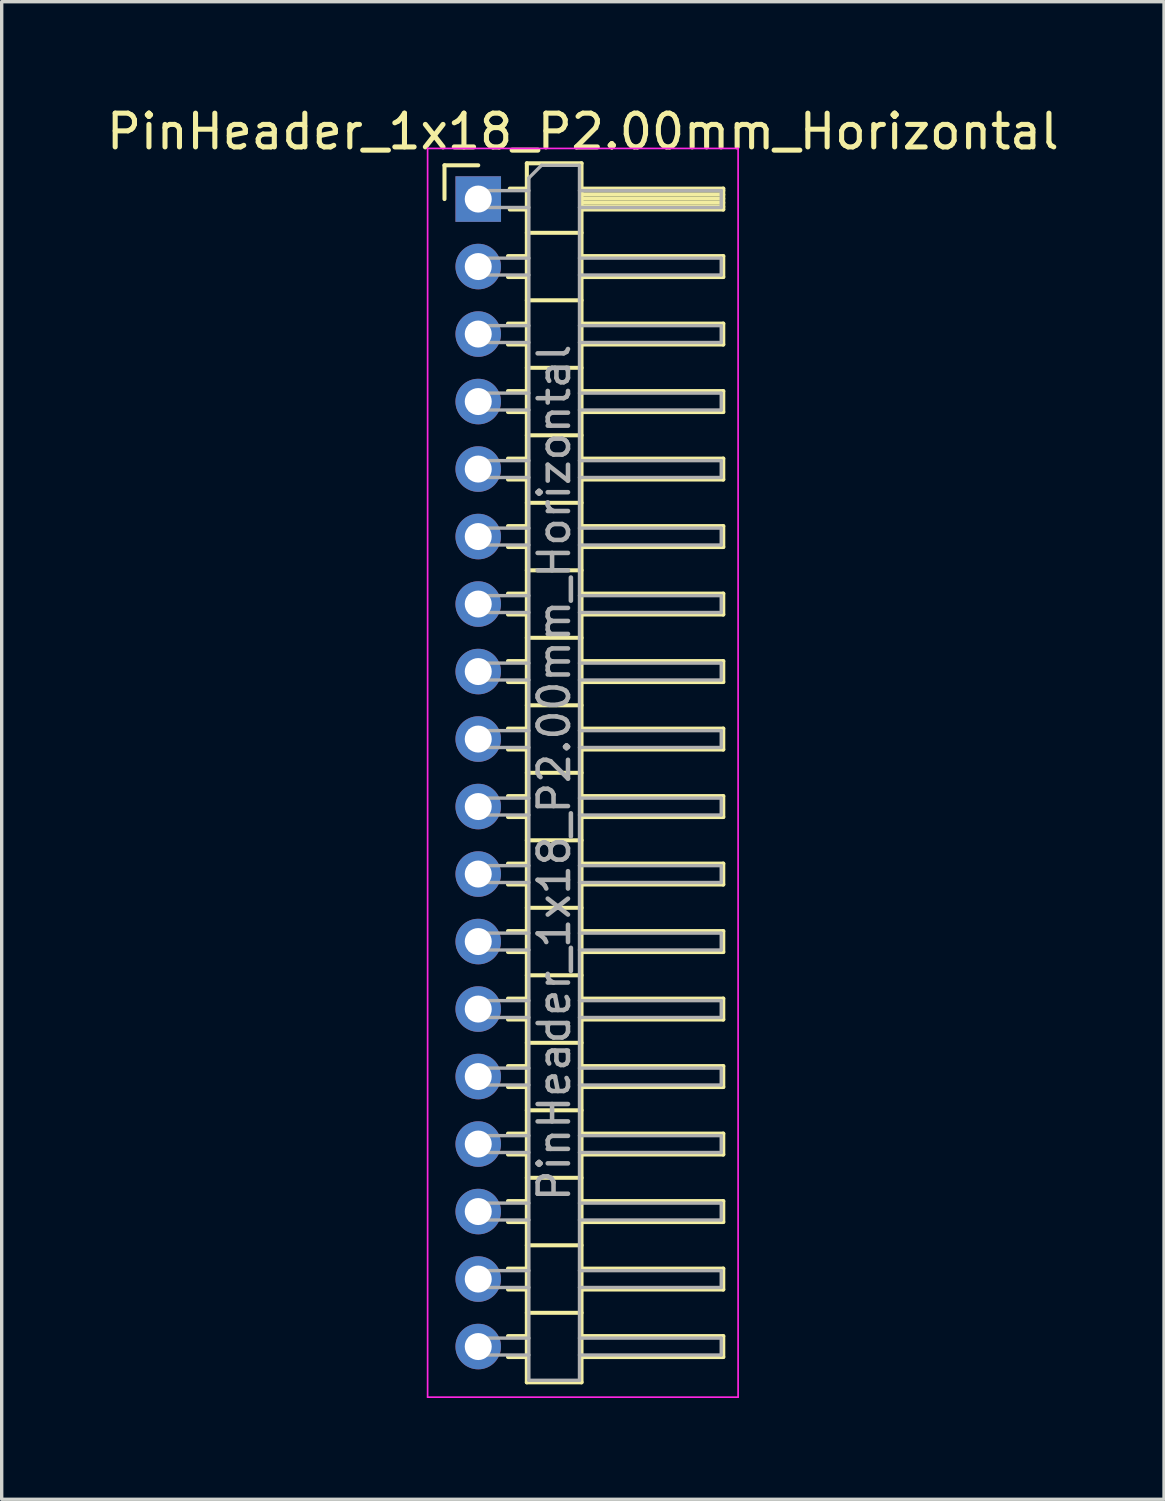
<source format=kicad_pcb>
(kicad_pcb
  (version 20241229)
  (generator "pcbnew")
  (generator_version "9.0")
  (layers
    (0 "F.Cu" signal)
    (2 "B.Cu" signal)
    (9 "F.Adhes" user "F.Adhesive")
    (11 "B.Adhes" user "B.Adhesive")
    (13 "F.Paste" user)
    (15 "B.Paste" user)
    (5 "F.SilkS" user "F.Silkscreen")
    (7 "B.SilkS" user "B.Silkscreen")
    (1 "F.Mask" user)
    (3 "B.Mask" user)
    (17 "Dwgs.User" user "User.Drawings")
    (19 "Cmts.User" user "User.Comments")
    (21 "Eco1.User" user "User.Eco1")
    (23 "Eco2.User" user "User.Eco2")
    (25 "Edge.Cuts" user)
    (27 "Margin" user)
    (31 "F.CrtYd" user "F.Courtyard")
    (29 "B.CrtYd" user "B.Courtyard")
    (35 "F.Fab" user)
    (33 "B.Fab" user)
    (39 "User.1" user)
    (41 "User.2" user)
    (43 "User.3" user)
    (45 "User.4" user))
  (footprint "PinHeader_1x18_P2.00mm_Horizontal"
    (layer "F.Cu")
    (at 11.12 2.848)
    (property "Reference" "PinHeader_1x18_P2.00mm_Horizontal" (at 3.1 -2 0) (layer "F.SilkS") (effects (font (size 1 1) (thickness 0.15))))
    (attr through_hole)
    (fp_line (start -1 -1) (end 0 -1) (stroke (width 0.12) (type solid)) (layer "F.SilkS"))
    (fp_line (start -1 0) (end -1 -1) (stroke (width 0.12) (type solid)) (layer "F.SilkS"))
    (fp_line (start 0.882 1.69) (end 1.44 1.69) (stroke (width 0.12) (type solid)) (layer "F.SilkS"))
    (fp_line (start 0.882 2.31) (end 1.44 2.31) (stroke (width 0.12) (type solid)) (layer "F.SilkS"))
    (fp_line (start 0.882 3.69) (end 1.44 3.69) (stroke (width 0.12) (type solid)) (layer "F.SilkS"))
    (fp_line (start 0.882 4.31) (end 1.44 4.31) (stroke (width 0.12) (type solid)) (layer "F.SilkS"))
    (fp_line (start 0.882 5.69) (end 1.44 5.69) (stroke (width 0.12) (type solid)) (layer "F.SilkS"))
    (fp_line (start 0.882 6.31) (end 1.44 6.31) (stroke (width 0.12) (type solid)) (layer "F.SilkS"))
    (fp_line (start 0.882 7.69) (end 1.44 7.69) (stroke (width 0.12) (type solid)) (layer "F.SilkS"))
    (fp_line (start 0.882 8.31) (end 1.44 8.31) (stroke (width 0.12) (type solid)) (layer "F.SilkS"))
    (fp_line (start 0.882 9.69) (end 1.44 9.69) (stroke (width 0.12) (type solid)) (layer "F.SilkS"))
    (fp_line (start 0.882 10.31) (end 1.44 10.31) (stroke (width 0.12) (type solid)) (layer "F.SilkS"))
    (fp_line (start 0.882 11.69) (end 1.44 11.69) (stroke (width 0.12) (type solid)) (layer "F.SilkS"))
    (fp_line (start 0.882 12.31) (end 1.44 12.31) (stroke (width 0.12) (type solid)) (layer "F.SilkS"))
    (fp_line (start 0.882 13.69) (end 1.44 13.69) (stroke (width 0.12) (type solid)) (layer "F.SilkS"))
    (fp_line (start 0.882 14.31) (end 1.44 14.31) (stroke (width 0.12) (type solid)) (layer "F.SilkS"))
    (fp_line (start 0.882 15.69) (end 1.44 15.69) (stroke (width 0.12) (type solid)) (layer "F.SilkS"))
    (fp_line (start 0.882 16.31) (end 1.44 16.31) (stroke (width 0.12) (type solid)) (layer "F.SilkS"))
    (fp_line (start 0.882 17.69) (end 1.44 17.69) (stroke (width 0.12) (type solid)) (layer "F.SilkS"))
    (fp_line (start 0.882 18.31) (end 1.44 18.31) (stroke (width 0.12) (type solid)) (layer "F.SilkS"))
    (fp_line (start 0.882 19.69) (end 1.44 19.69) (stroke (width 0.12) (type solid)) (layer "F.SilkS"))
    (fp_line (start 0.882 20.31) (end 1.44 20.31) (stroke (width 0.12) (type solid)) (layer "F.SilkS"))
    (fp_line (start 0.882 21.69) (end 1.44 21.69) (stroke (width 0.12) (type solid)) (layer "F.SilkS"))
    (fp_line (start 0.882 22.31) (end 1.44 22.31) (stroke (width 0.12) (type solid)) (layer "F.SilkS"))
    (fp_line (start 0.882 23.69) (end 1.44 23.69) (stroke (width 0.12) (type solid)) (layer "F.SilkS"))
    (fp_line (start 0.882 24.31) (end 1.44 24.31) (stroke (width 0.12) (type solid)) (layer "F.SilkS"))
    (fp_line (start 0.882 25.69) (end 1.44 25.69) (stroke (width 0.12) (type solid)) (layer "F.SilkS"))
    (fp_line (start 0.882 26.31) (end 1.44 26.31) (stroke (width 0.12) (type solid)) (layer "F.SilkS"))
    (fp_line (start 0.882 27.69) (end 1.44 27.69) (stroke (width 0.12) (type solid)) (layer "F.SilkS"))
    (fp_line (start 0.882 28.31) (end 1.44 28.31) (stroke (width 0.12) (type solid)) (layer "F.SilkS"))
    (fp_line (start 0.882 29.69) (end 1.44 29.69) (stroke (width 0.12) (type solid)) (layer "F.SilkS"))
    (fp_line (start 0.882 30.31) (end 1.44 30.31) (stroke (width 0.12) (type solid)) (layer "F.SilkS"))
    (fp_line (start 0.882 31.69) (end 1.44 31.69) (stroke (width 0.12) (type solid)) (layer "F.SilkS"))
    (fp_line (start 0.882 32.31) (end 1.44 32.31) (stroke (width 0.12) (type solid)) (layer "F.SilkS"))
    (fp_line (start 0.882 33.69) (end 1.44 33.69) (stroke (width 0.12) (type solid)) (layer "F.SilkS"))
    (fp_line (start 0.882 34.31) (end 1.44 34.31) (stroke (width 0.12) (type solid)) (layer "F.SilkS"))
    (fp_line (start 0.935 -0.31) (end 1.44 -0.31) (stroke (width 0.12) (type solid)) (layer "F.SilkS"))
    (fp_line (start 0.935 0.31) (end 1.44 0.31) (stroke (width 0.12) (type solid)) (layer "F.SilkS"))
    (fp_line (start 1.44 -1.06) (end 1.44 35.06) (stroke (width 0.12) (type solid)) (layer "F.SilkS"))
    (fp_line (start 1.44 1) (end 3.06 1) (stroke (width 0.12) (type solid)) (layer "F.SilkS"))
    (fp_line (start 1.44 3) (end 3.06 3) (stroke (width 0.12) (type solid)) (layer "F.SilkS"))
    (fp_line (start 1.44 5) (end 3.06 5) (stroke (width 0.12) (type solid)) (layer "F.SilkS"))
    (fp_line (start 1.44 7) (end 3.06 7) (stroke (width 0.12) (type solid)) (layer "F.SilkS"))
    (fp_line (start 1.44 9) (end 3.06 9) (stroke (width 0.12) (type solid)) (layer "F.SilkS"))
    (fp_line (start 1.44 11) (end 3.06 11) (stroke (width 0.12) (type solid)) (layer "F.SilkS"))
    (fp_line (start 1.44 13) (end 3.06 13) (stroke (width 0.12) (type solid)) (layer "F.SilkS"))
    (fp_line (start 1.44 15) (end 3.06 15) (stroke (width 0.12) (type solid)) (layer "F.SilkS"))
    (fp_line (start 1.44 17) (end 3.06 17) (stroke (width 0.12) (type solid)) (layer "F.SilkS"))
    (fp_line (start 1.44 19) (end 3.06 19) (stroke (width 0.12) (type solid)) (layer "F.SilkS"))
    (fp_line (start 1.44 21) (end 3.06 21) (stroke (width 0.12) (type solid)) (layer "F.SilkS"))
    (fp_line (start 1.44 23) (end 3.06 23) (stroke (width 0.12) (type solid)) (layer "F.SilkS"))
    (fp_line (start 1.44 25) (end 3.06 25) (stroke (width 0.12) (type solid)) (layer "F.SilkS"))
    (fp_line (start 1.44 27) (end 3.06 27) (stroke (width 0.12) (type solid)) (layer "F.SilkS"))
    (fp_line (start 1.44 29) (end 3.06 29) (stroke (width 0.12) (type solid)) (layer "F.SilkS"))
    (fp_line (start 1.44 31) (end 3.06 31) (stroke (width 0.12) (type solid)) (layer "F.SilkS"))
    (fp_line (start 1.44 33) (end 3.06 33) (stroke (width 0.12) (type solid)) (layer "F.SilkS"))
    (fp_line (start 1.44 35.06) (end 3.06 35.06) (stroke (width 0.12) (type solid)) (layer "F.SilkS"))
    (fp_line (start 3.06 -1.06) (end 1.44 -1.06) (stroke (width 0.12) (type solid)) (layer "F.SilkS"))
    (fp_line (start 3.06 -0.31) (end 7.26 -0.31) (stroke (width 0.12) (type solid)) (layer "F.SilkS"))
    (fp_line (start 3.06 -0.25) (end 7.26 -0.25) (stroke (width 0.12) (type solid)) (layer "F.SilkS"))
    (fp_line (start 3.06 -0.13) (end 7.26 -0.13) (stroke (width 0.12) (type solid)) (layer "F.SilkS"))
    (fp_line (start 3.06 -0.01) (end 7.26 -0.01) (stroke (width 0.12) (type solid)) (layer "F.SilkS"))
    (fp_line (start 3.06 0.11) (end 7.26 0.11) (stroke (width 0.12) (type solid)) (layer "F.SilkS"))
    (fp_line (start 3.06 0.23) (end 7.26 0.23) (stroke (width 0.12) (type solid)) (layer "F.SilkS"))
    (fp_line (start 3.06 1.69) (end 7.26 1.69) (stroke (width 0.12) (type solid)) (layer "F.SilkS"))
    (fp_line (start 3.06 3.69) (end 7.26 3.69) (stroke (width 0.12) (type solid)) (layer "F.SilkS"))
    (fp_line (start 3.06 5.69) (end 7.26 5.69) (stroke (width 0.12) (type solid)) (layer "F.SilkS"))
    (fp_line (start 3.06 7.69) (end 7.26 7.69) (stroke (width 0.12) (type solid)) (layer "F.SilkS"))
    (fp_line (start 3.06 9.69) (end 7.26 9.69) (stroke (width 0.12) (type solid)) (layer "F.SilkS"))
    (fp_line (start 3.06 11.69) (end 7.26 11.69) (stroke (width 0.12) (type solid)) (layer "F.SilkS"))
    (fp_line (start 3.06 13.69) (end 7.26 13.69) (stroke (width 0.12) (type solid)) (layer "F.SilkS"))
    (fp_line (start 3.06 15.69) (end 7.26 15.69) (stroke (width 0.12) (type solid)) (layer "F.SilkS"))
    (fp_line (start 3.06 17.69) (end 7.26 17.69) (stroke (width 0.12) (type solid)) (layer "F.SilkS"))
    (fp_line (start 3.06 19.69) (end 7.26 19.69) (stroke (width 0.12) (type solid)) (layer "F.SilkS"))
    (fp_line (start 3.06 21.69) (end 7.26 21.69) (stroke (width 0.12) (type solid)) (layer "F.SilkS"))
    (fp_line (start 3.06 23.69) (end 7.26 23.69) (stroke (width 0.12) (type solid)) (layer "F.SilkS"))
    (fp_line (start 3.06 25.69) (end 7.26 25.69) (stroke (width 0.12) (type solid)) (layer "F.SilkS"))
    (fp_line (start 3.06 27.69) (end 7.26 27.69) (stroke (width 0.12) (type solid)) (layer "F.SilkS"))
    (fp_line (start 3.06 29.69) (end 7.26 29.69) (stroke (width 0.12) (type solid)) (layer "F.SilkS"))
    (fp_line (start 3.06 31.69) (end 7.26 31.69) (stroke (width 0.12) (type solid)) (layer "F.SilkS"))
    (fp_line (start 3.06 33.69) (end 7.26 33.69) (stroke (width 0.12) (type solid)) (layer "F.SilkS"))
    (fp_line (start 3.06 35.06) (end 3.06 -1.06) (stroke (width 0.12) (type solid)) (layer "F.SilkS"))
    (fp_line (start 7.26 -0.31) (end 7.26 0.31) (stroke (width 0.12) (type solid)) (layer "F.SilkS"))
    (fp_line (start 7.26 0.31) (end 3.06 0.31) (stroke (width 0.12) (type solid)) (layer "F.SilkS"))
    (fp_line (start 7.26 1.69) (end 7.26 2.31) (stroke (width 0.12) (type solid)) (layer "F.SilkS"))
    (fp_line (start 7.26 2.31) (end 3.06 2.31) (stroke (width 0.12) (type solid)) (layer "F.SilkS"))
    (fp_line (start 7.26 3.69) (end 7.26 4.31) (stroke (width 0.12) (type solid)) (layer "F.SilkS"))
    (fp_line (start 7.26 4.31) (end 3.06 4.31) (stroke (width 0.12) (type solid)) (layer "F.SilkS"))
    (fp_line (start 7.26 5.69) (end 7.26 6.31) (stroke (width 0.12) (type solid)) (layer "F.SilkS"))
    (fp_line (start 7.26 6.31) (end 3.06 6.31) (stroke (width 0.12) (type solid)) (layer "F.SilkS"))
    (fp_line (start 7.26 7.69) (end 7.26 8.31) (stroke (width 0.12) (type solid)) (layer "F.SilkS"))
    (fp_line (start 7.26 8.31) (end 3.06 8.31) (stroke (width 0.12) (type solid)) (layer "F.SilkS"))
    (fp_line (start 7.26 9.69) (end 7.26 10.31) (stroke (width 0.12) (type solid)) (layer "F.SilkS"))
    (fp_line (start 7.26 10.31) (end 3.06 10.31) (stroke (width 0.12) (type solid)) (layer "F.SilkS"))
    (fp_line (start 7.26 11.69) (end 7.26 12.31) (stroke (width 0.12) (type solid)) (layer "F.SilkS"))
    (fp_line (start 7.26 12.31) (end 3.06 12.31) (stroke (width 0.12) (type solid)) (layer "F.SilkS"))
    (fp_line (start 7.26 13.69) (end 7.26 14.31) (stroke (width 0.12) (type solid)) (layer "F.SilkS"))
    (fp_line (start 7.26 14.31) (end 3.06 14.31) (stroke (width 0.12) (type solid)) (layer "F.SilkS"))
    (fp_line (start 7.26 15.69) (end 7.26 16.31) (stroke (width 0.12) (type solid)) (layer "F.SilkS"))
    (fp_line (start 7.26 16.31) (end 3.06 16.31) (stroke (width 0.12) (type solid)) (layer "F.SilkS"))
    (fp_line (start 7.26 17.69) (end 7.26 18.31) (stroke (width 0.12) (type solid)) (layer "F.SilkS"))
    (fp_line (start 7.26 18.31) (end 3.06 18.31) (stroke (width 0.12) (type solid)) (layer "F.SilkS"))
    (fp_line (start 7.26 19.69) (end 7.26 20.31) (stroke (width 0.12) (type solid)) (layer "F.SilkS"))
    (fp_line (start 7.26 20.31) (end 3.06 20.31) (stroke (width 0.12) (type solid)) (layer "F.SilkS"))
    (fp_line (start 7.26 21.69) (end 7.26 22.31) (stroke (width 0.12) (type solid)) (layer "F.SilkS"))
    (fp_line (start 7.26 22.31) (end 3.06 22.31) (stroke (width 0.12) (type solid)) (layer "F.SilkS"))
    (fp_line (start 7.26 23.69) (end 7.26 24.31) (stroke (width 0.12) (type solid)) (layer "F.SilkS"))
    (fp_line (start 7.26 24.31) (end 3.06 24.31) (stroke (width 0.12) (type solid)) (layer "F.SilkS"))
    (fp_line (start 7.26 25.69) (end 7.26 26.31) (stroke (width 0.12) (type solid)) (layer "F.SilkS"))
    (fp_line (start 7.26 26.31) (end 3.06 26.31) (stroke (width 0.12) (type solid)) (layer "F.SilkS"))
    (fp_line (start 7.26 27.69) (end 7.26 28.31) (stroke (width 0.12) (type solid)) (layer "F.SilkS"))
    (fp_line (start 7.26 28.31) (end 3.06 28.31) (stroke (width 0.12) (type solid)) (layer "F.SilkS"))
    (fp_line (start 7.26 29.69) (end 7.26 30.31) (stroke (width 0.12) (type solid)) (layer "F.SilkS"))
    (fp_line (start 7.26 30.31) (end 3.06 30.31) (stroke (width 0.12) (type solid)) (layer "F.SilkS"))
    (fp_line (start 7.26 31.69) (end 7.26 32.31) (stroke (width 0.12) (type solid)) (layer "F.SilkS"))
    (fp_line (start 7.26 32.31) (end 3.06 32.31) (stroke (width 0.12) (type solid)) (layer "F.SilkS"))
    (fp_line (start 7.26 33.69) (end 7.26 34.31) (stroke (width 0.12) (type solid)) (layer "F.SilkS"))
    (fp_line (start 7.26 34.31) (end 3.06 34.31) (stroke (width 0.12) (type solid)) (layer "F.SilkS"))
    (fp_line (start -1.5 -1.5) (end -1.5 35.5) (stroke (width 0.05) (type solid)) (layer "F.CrtYd"))
    (fp_line (start -1.5 35.5) (end 7.7 35.5) (stroke (width 0.05) (type solid)) (layer "F.CrtYd"))
    (fp_line (start 7.7 -1.5) (end -1.5 -1.5) (stroke (width 0.05) (type solid)) (layer "F.CrtYd"))
    (fp_line (start 7.7 35.5) (end 7.7 -1.5) (stroke (width 0.05) (type solid)) (layer "F.CrtYd"))
    (fp_line (start -0.25 -0.25) (end -0.25 0.25) (stroke (width 0.1) (type solid)) (layer "F.Fab"))
    (fp_line (start -0.25 -0.25) (end 1.5 -0.25) (stroke (width 0.1) (type solid)) (layer "F.Fab"))
    (fp_line (start -0.25 0.25) (end 1.5 0.25) (stroke (width 0.1) (type solid)) (layer "F.Fab"))
    (fp_line (start -0.25 1.75) (end -0.25 2.25) (stroke (width 0.1) (type solid)) (layer "F.Fab"))
    (fp_line (start -0.25 1.75) (end 1.5 1.75) (stroke (width 0.1) (type solid)) (layer "F.Fab"))
    (fp_line (start -0.25 2.25) (end 1.5 2.25) (stroke (width 0.1) (type solid)) (layer "F.Fab"))
    (fp_line (start -0.25 3.75) (end -0.25 4.25) (stroke (width 0.1) (type solid)) (layer "F.Fab"))
    (fp_line (start -0.25 3.75) (end 1.5 3.75) (stroke (width 0.1) (type solid)) (layer "F.Fab"))
    (fp_line (start -0.25 4.25) (end 1.5 4.25) (stroke (width 0.1) (type solid)) (layer "F.Fab"))
    (fp_line (start -0.25 5.75) (end -0.25 6.25) (stroke (width 0.1) (type solid)) (layer "F.Fab"))
    (fp_line (start -0.25 5.75) (end 1.5 5.75) (stroke (width 0.1) (type solid)) (layer "F.Fab"))
    (fp_line (start -0.25 6.25) (end 1.5 6.25) (stroke (width 0.1) (type solid)) (layer "F.Fab"))
    (fp_line (start -0.25 7.75) (end -0.25 8.25) (stroke (width 0.1) (type solid)) (layer "F.Fab"))
    (fp_line (start -0.25 7.75) (end 1.5 7.75) (stroke (width 0.1) (type solid)) (layer "F.Fab"))
    (fp_line (start -0.25 8.25) (end 1.5 8.25) (stroke (width 0.1) (type solid)) (layer "F.Fab"))
    (fp_line (start -0.25 9.75) (end -0.25 10.25) (stroke (width 0.1) (type solid)) (layer "F.Fab"))
    (fp_line (start -0.25 9.75) (end 1.5 9.75) (stroke (width 0.1) (type solid)) (layer "F.Fab"))
    (fp_line (start -0.25 10.25) (end 1.5 10.25) (stroke (width 0.1) (type solid)) (layer "F.Fab"))
    (fp_line (start -0.25 11.75) (end -0.25 12.25) (stroke (width 0.1) (type solid)) (layer "F.Fab"))
    (fp_line (start -0.25 11.75) (end 1.5 11.75) (stroke (width 0.1) (type solid)) (layer "F.Fab"))
    (fp_line (start -0.25 12.25) (end 1.5 12.25) (stroke (width 0.1) (type solid)) (layer "F.Fab"))
    (fp_line (start -0.25 13.75) (end -0.25 14.25) (stroke (width 0.1) (type solid)) (layer "F.Fab"))
    (fp_line (start -0.25 13.75) (end 1.5 13.75) (stroke (width 0.1) (type solid)) (layer "F.Fab"))
    (fp_line (start -0.25 14.25) (end 1.5 14.25) (stroke (width 0.1) (type solid)) (layer "F.Fab"))
    (fp_line (start -0.25 15.75) (end -0.25 16.25) (stroke (width 0.1) (type solid)) (layer "F.Fab"))
    (fp_line (start -0.25 15.75) (end 1.5 15.75) (stroke (width 0.1) (type solid)) (layer "F.Fab"))
    (fp_line (start -0.25 16.25) (end 1.5 16.25) (stroke (width 0.1) (type solid)) (layer "F.Fab"))
    (fp_line (start -0.25 17.75) (end -0.25 18.25) (stroke (width 0.1) (type solid)) (layer "F.Fab"))
    (fp_line (start -0.25 17.75) (end 1.5 17.75) (stroke (width 0.1) (type solid)) (layer "F.Fab"))
    (fp_line (start -0.25 18.25) (end 1.5 18.25) (stroke (width 0.1) (type solid)) (layer "F.Fab"))
    (fp_line (start -0.25 19.75) (end -0.25 20.25) (stroke (width 0.1) (type solid)) (layer "F.Fab"))
    (fp_line (start -0.25 19.75) (end 1.5 19.75) (stroke (width 0.1) (type solid)) (layer "F.Fab"))
    (fp_line (start -0.25 20.25) (end 1.5 20.25) (stroke (width 0.1) (type solid)) (layer "F.Fab"))
    (fp_line (start -0.25 21.75) (end -0.25 22.25) (stroke (width 0.1) (type solid)) (layer "F.Fab"))
    (fp_line (start -0.25 21.75) (end 1.5 21.75) (stroke (width 0.1) (type solid)) (layer "F.Fab"))
    (fp_line (start -0.25 22.25) (end 1.5 22.25) (stroke (width 0.1) (type solid)) (layer "F.Fab"))
    (fp_line (start -0.25 23.75) (end -0.25 24.25) (stroke (width 0.1) (type solid)) (layer "F.Fab"))
    (fp_line (start -0.25 23.75) (end 1.5 23.75) (stroke (width 0.1) (type solid)) (layer "F.Fab"))
    (fp_line (start -0.25 24.25) (end 1.5 24.25) (stroke (width 0.1) (type solid)) (layer "F.Fab"))
    (fp_line (start -0.25 25.75) (end -0.25 26.25) (stroke (width 0.1) (type solid)) (layer "F.Fab"))
    (fp_line (start -0.25 25.75) (end 1.5 25.75) (stroke (width 0.1) (type solid)) (layer "F.Fab"))
    (fp_line (start -0.25 26.25) (end 1.5 26.25) (stroke (width 0.1) (type solid)) (layer "F.Fab"))
    (fp_line (start -0.25 27.75) (end -0.25 28.25) (stroke (width 0.1) (type solid)) (layer "F.Fab"))
    (fp_line (start -0.25 27.75) (end 1.5 27.75) (stroke (width 0.1) (type solid)) (layer "F.Fab"))
    (fp_line (start -0.25 28.25) (end 1.5 28.25) (stroke (width 0.1) (type solid)) (layer "F.Fab"))
    (fp_line (start -0.25 29.75) (end -0.25 30.25) (stroke (width 0.1) (type solid)) (layer "F.Fab"))
    (fp_line (start -0.25 29.75) (end 1.5 29.75) (stroke (width 0.1) (type solid)) (layer "F.Fab"))
    (fp_line (start -0.25 30.25) (end 1.5 30.25) (stroke (width 0.1) (type solid)) (layer "F.Fab"))
    (fp_line (start -0.25 31.75) (end -0.25 32.25) (stroke (width 0.1) (type solid)) (layer "F.Fab"))
    (fp_line (start -0.25 31.75) (end 1.5 31.75) (stroke (width 0.1) (type solid)) (layer "F.Fab"))
    (fp_line (start -0.25 32.25) (end 1.5 32.25) (stroke (width 0.1) (type solid)) (layer "F.Fab"))
    (fp_line (start -0.25 33.75) (end -0.25 34.25) (stroke (width 0.1) (type solid)) (layer "F.Fab"))
    (fp_line (start -0.25 33.75) (end 1.5 33.75) (stroke (width 0.1) (type solid)) (layer "F.Fab"))
    (fp_line (start -0.25 34.25) (end 1.5 34.25) (stroke (width 0.1) (type solid)) (layer "F.Fab"))
    (fp_line (start 1.5 -0.625) (end 1.875 -1) (stroke (width 0.1) (type solid)) (layer "F.Fab"))
    (fp_line (start 1.5 35) (end 1.5 -0.625) (stroke (width 0.1) (type solid)) (layer "F.Fab"))
    (fp_line (start 1.875 -1) (end 3 -1) (stroke (width 0.1) (type solid)) (layer "F.Fab"))
    (fp_line (start 3 -1) (end 3 35) (stroke (width 0.1) (type solid)) (layer "F.Fab"))
    (fp_line (start 3 -0.25) (end 7.2 -0.25) (stroke (width 0.1) (type solid)) (layer "F.Fab"))
    (fp_line (start 3 0.25) (end 7.2 0.25) (stroke (width 0.1) (type solid)) (layer "F.Fab"))
    (fp_line (start 3 1.75) (end 7.2 1.75) (stroke (width 0.1) (type solid)) (layer "F.Fab"))
    (fp_line (start 3 2.25) (end 7.2 2.25) (stroke (width 0.1) (type solid)) (layer "F.Fab"))
    (fp_line (start 3 3.75) (end 7.2 3.75) (stroke (width 0.1) (type solid)) (layer "F.Fab"))
    (fp_line (start 3 4.25) (end 7.2 4.25) (stroke (width 0.1) (type solid)) (layer "F.Fab"))
    (fp_line (start 3 5.75) (end 7.2 5.75) (stroke (width 0.1) (type solid)) (layer "F.Fab"))
    (fp_line (start 3 6.25) (end 7.2 6.25) (stroke (width 0.1) (type solid)) (layer "F.Fab"))
    (fp_line (start 3 7.75) (end 7.2 7.75) (stroke (width 0.1) (type solid)) (layer "F.Fab"))
    (fp_line (start 3 8.25) (end 7.2 8.25) (stroke (width 0.1) (type solid)) (layer "F.Fab"))
    (fp_line (start 3 9.75) (end 7.2 9.75) (stroke (width 0.1) (type solid)) (layer "F.Fab"))
    (fp_line (start 3 10.25) (end 7.2 10.25) (stroke (width 0.1) (type solid)) (layer "F.Fab"))
    (fp_line (start 3 11.75) (end 7.2 11.75) (stroke (width 0.1) (type solid)) (layer "F.Fab"))
    (fp_line (start 3 12.25) (end 7.2 12.25) (stroke (width 0.1) (type solid)) (layer "F.Fab"))
    (fp_line (start 3 13.75) (end 7.2 13.75) (stroke (width 0.1) (type solid)) (layer "F.Fab"))
    (fp_line (start 3 14.25) (end 7.2 14.25) (stroke (width 0.1) (type solid)) (layer "F.Fab"))
    (fp_line (start 3 15.75) (end 7.2 15.75) (stroke (width 0.1) (type solid)) (layer "F.Fab"))
    (fp_line (start 3 16.25) (end 7.2 16.25) (stroke (width 0.1) (type solid)) (layer "F.Fab"))
    (fp_line (start 3 17.75) (end 7.2 17.75) (stroke (width 0.1) (type solid)) (layer "F.Fab"))
    (fp_line (start 3 18.25) (end 7.2 18.25) (stroke (width 0.1) (type solid)) (layer "F.Fab"))
    (fp_line (start 3 19.75) (end 7.2 19.75) (stroke (width 0.1) (type solid)) (layer "F.Fab"))
    (fp_line (start 3 20.25) (end 7.2 20.25) (stroke (width 0.1) (type solid)) (layer "F.Fab"))
    (fp_line (start 3 21.75) (end 7.2 21.75) (stroke (width 0.1) (type solid)) (layer "F.Fab"))
    (fp_line (start 3 22.25) (end 7.2 22.25) (stroke (width 0.1) (type solid)) (layer "F.Fab"))
    (fp_line (start 3 23.75) (end 7.2 23.75) (stroke (width 0.1) (type solid)) (layer "F.Fab"))
    (fp_line (start 3 24.25) (end 7.2 24.25) (stroke (width 0.1) (type solid)) (layer "F.Fab"))
    (fp_line (start 3 25.75) (end 7.2 25.75) (stroke (width 0.1) (type solid)) (layer "F.Fab"))
    (fp_line (start 3 26.25) (end 7.2 26.25) (stroke (width 0.1) (type solid)) (layer "F.Fab"))
    (fp_line (start 3 27.75) (end 7.2 27.75) (stroke (width 0.1) (type solid)) (layer "F.Fab"))
    (fp_line (start 3 28.25) (end 7.2 28.25) (stroke (width 0.1) (type solid)) (layer "F.Fab"))
    (fp_line (start 3 29.75) (end 7.2 29.75) (stroke (width 0.1) (type solid)) (layer "F.Fab"))
    (fp_line (start 3 30.25) (end 7.2 30.25) (stroke (width 0.1) (type solid)) (layer "F.Fab"))
    (fp_line (start 3 31.75) (end 7.2 31.75) (stroke (width 0.1) (type solid)) (layer "F.Fab"))
    (fp_line (start 3 32.25) (end 7.2 32.25) (stroke (width 0.1) (type solid)) (layer "F.Fab"))
    (fp_line (start 3 33.75) (end 7.2 33.75) (stroke (width 0.1) (type solid)) (layer "F.Fab"))
    (fp_line (start 3 34.25) (end 7.2 34.25) (stroke (width 0.1) (type solid)) (layer "F.Fab"))
    (fp_line (start 3 35) (end 1.5 35) (stroke (width 0.1) (type solid)) (layer "F.Fab"))
    (fp_line (start 7.2 -0.25) (end 7.2 0.25) (stroke (width 0.1) (type solid)) (layer "F.Fab"))
    (fp_line (start 7.2 1.75) (end 7.2 2.25) (stroke (width 0.1) (type solid)) (layer "F.Fab"))
    (fp_line (start 7.2 3.75) (end 7.2 4.25) (stroke (width 0.1) (type solid)) (layer "F.Fab"))
    (fp_line (start 7.2 5.75) (end 7.2 6.25) (stroke (width 0.1) (type solid)) (layer "F.Fab"))
    (fp_line (start 7.2 7.75) (end 7.2 8.25) (stroke (width 0.1) (type solid)) (layer "F.Fab"))
    (fp_line (start 7.2 9.75) (end 7.2 10.25) (stroke (width 0.1) (type solid)) (layer "F.Fab"))
    (fp_line (start 7.2 11.75) (end 7.2 12.25) (stroke (width 0.1) (type solid)) (layer "F.Fab"))
    (fp_line (start 7.2 13.75) (end 7.2 14.25) (stroke (width 0.1) (type solid)) (layer "F.Fab"))
    (fp_line (start 7.2 15.75) (end 7.2 16.25) (stroke (width 0.1) (type solid)) (layer "F.Fab"))
    (fp_line (start 7.2 17.75) (end 7.2 18.25) (stroke (width 0.1) (type solid)) (layer "F.Fab"))
    (fp_line (start 7.2 19.75) (end 7.2 20.25) (stroke (width 0.1) (type solid)) (layer "F.Fab"))
    (fp_line (start 7.2 21.75) (end 7.2 22.25) (stroke (width 0.1) (type solid)) (layer "F.Fab"))
    (fp_line (start 7.2 23.75) (end 7.2 24.25) (stroke (width 0.1) (type solid)) (layer "F.Fab"))
    (fp_line (start 7.2 25.75) (end 7.2 26.25) (stroke (width 0.1) (type solid)) (layer "F.Fab"))
    (fp_line (start 7.2 27.75) (end 7.2 28.25) (stroke (width 0.1) (type solid)) (layer "F.Fab"))
    (fp_line (start 7.2 29.75) (end 7.2 30.25) (stroke (width 0.1) (type solid)) (layer "F.Fab"))
    (fp_line (start 7.2 31.75) (end 7.2 32.25) (stroke (width 0.1) (type solid)) (layer "F.Fab"))
    (fp_line (start 7.2 33.75) (end 7.2 34.25) (stroke (width 0.1) (type solid)) (layer "F.Fab"))
    (fp_text user "${REFERENCE}" (at 2.25 17 90) (layer "F.Fab") (effects (font (size 0.9 0.9) (thickness 0.135))))
    (pad "1" thru_hole rect (at 0 0) (size 1.35 1.35) (drill 0.8) (layers "*.Cu" "*.Mask"))
    (pad "2" thru_hole oval (at 0 2) (size 1.35 1.35) (drill 0.8) (layers "*.Cu" "*.Mask"))
    (pad "3" thru_hole oval (at 0 4) (size 1.35 1.35) (drill 0.8) (layers "*.Cu" "*.Mask"))
    (pad "4" thru_hole oval (at 0 6) (size 1.35 1.35) (drill 0.8) (layers "*.Cu" "*.Mask"))
    (pad "5" thru_hole oval (at 0 8) (size 1.35 1.35) (drill 0.8) (layers "*.Cu" "*.Mask"))
    (pad "6" thru_hole oval (at 0 10) (size 1.35 1.35) (drill 0.8) (layers "*.Cu" "*.Mask"))
    (pad "7" thru_hole oval (at 0 12) (size 1.35 1.35) (drill 0.8) (layers "*.Cu" "*.Mask"))
    (pad "8" thru_hole oval (at 0 14) (size 1.35 1.35) (drill 0.8) (layers "*.Cu" "*.Mask"))
    (pad "9" thru_hole oval (at 0 16) (size 1.35 1.35) (drill 0.8) (layers "*.Cu" "*.Mask"))
    (pad "10" thru_hole oval (at 0 18) (size 1.35 1.35) (drill 0.8) (layers "*.Cu" "*.Mask"))
    (pad "11" thru_hole oval (at 0 20) (size 1.35 1.35) (drill 0.8) (layers "*.Cu" "*.Mask"))
    (pad "12" thru_hole oval (at 0 22) (size 1.35 1.35) (drill 0.8) (layers "*.Cu" "*.Mask"))
    (pad "13" thru_hole oval (at 0 24) (size 1.35 1.35) (drill 0.8) (layers "*.Cu" "*.Mask"))
    (pad "14" thru_hole oval (at 0 26) (size 1.35 1.35) (drill 0.8) (layers "*.Cu" "*.Mask"))
    (pad "15" thru_hole oval (at 0 28) (size 1.35 1.35) (drill 0.8) (layers "*.Cu" "*.Mask"))
    (pad "16" thru_hole oval (at 0 30) (size 1.35 1.35) (drill 0.8) (layers "*.Cu" "*.Mask"))
    (pad "17" thru_hole oval (at 0 32) (size 1.35 1.35) (drill 0.8) (layers "*.Cu" "*.Mask"))
    (pad "18" thru_hole oval (at 0 34) (size 1.35 1.35) (drill 0.8) (layers "*.Cu" "*.Mask")))
  (gr_rect
    (start -3 -3)
    (end 31.44 41.373)
    (stroke (width 0.1) (type default))
    (fill no)
    (layer "Edge.Cuts")))
</source>
